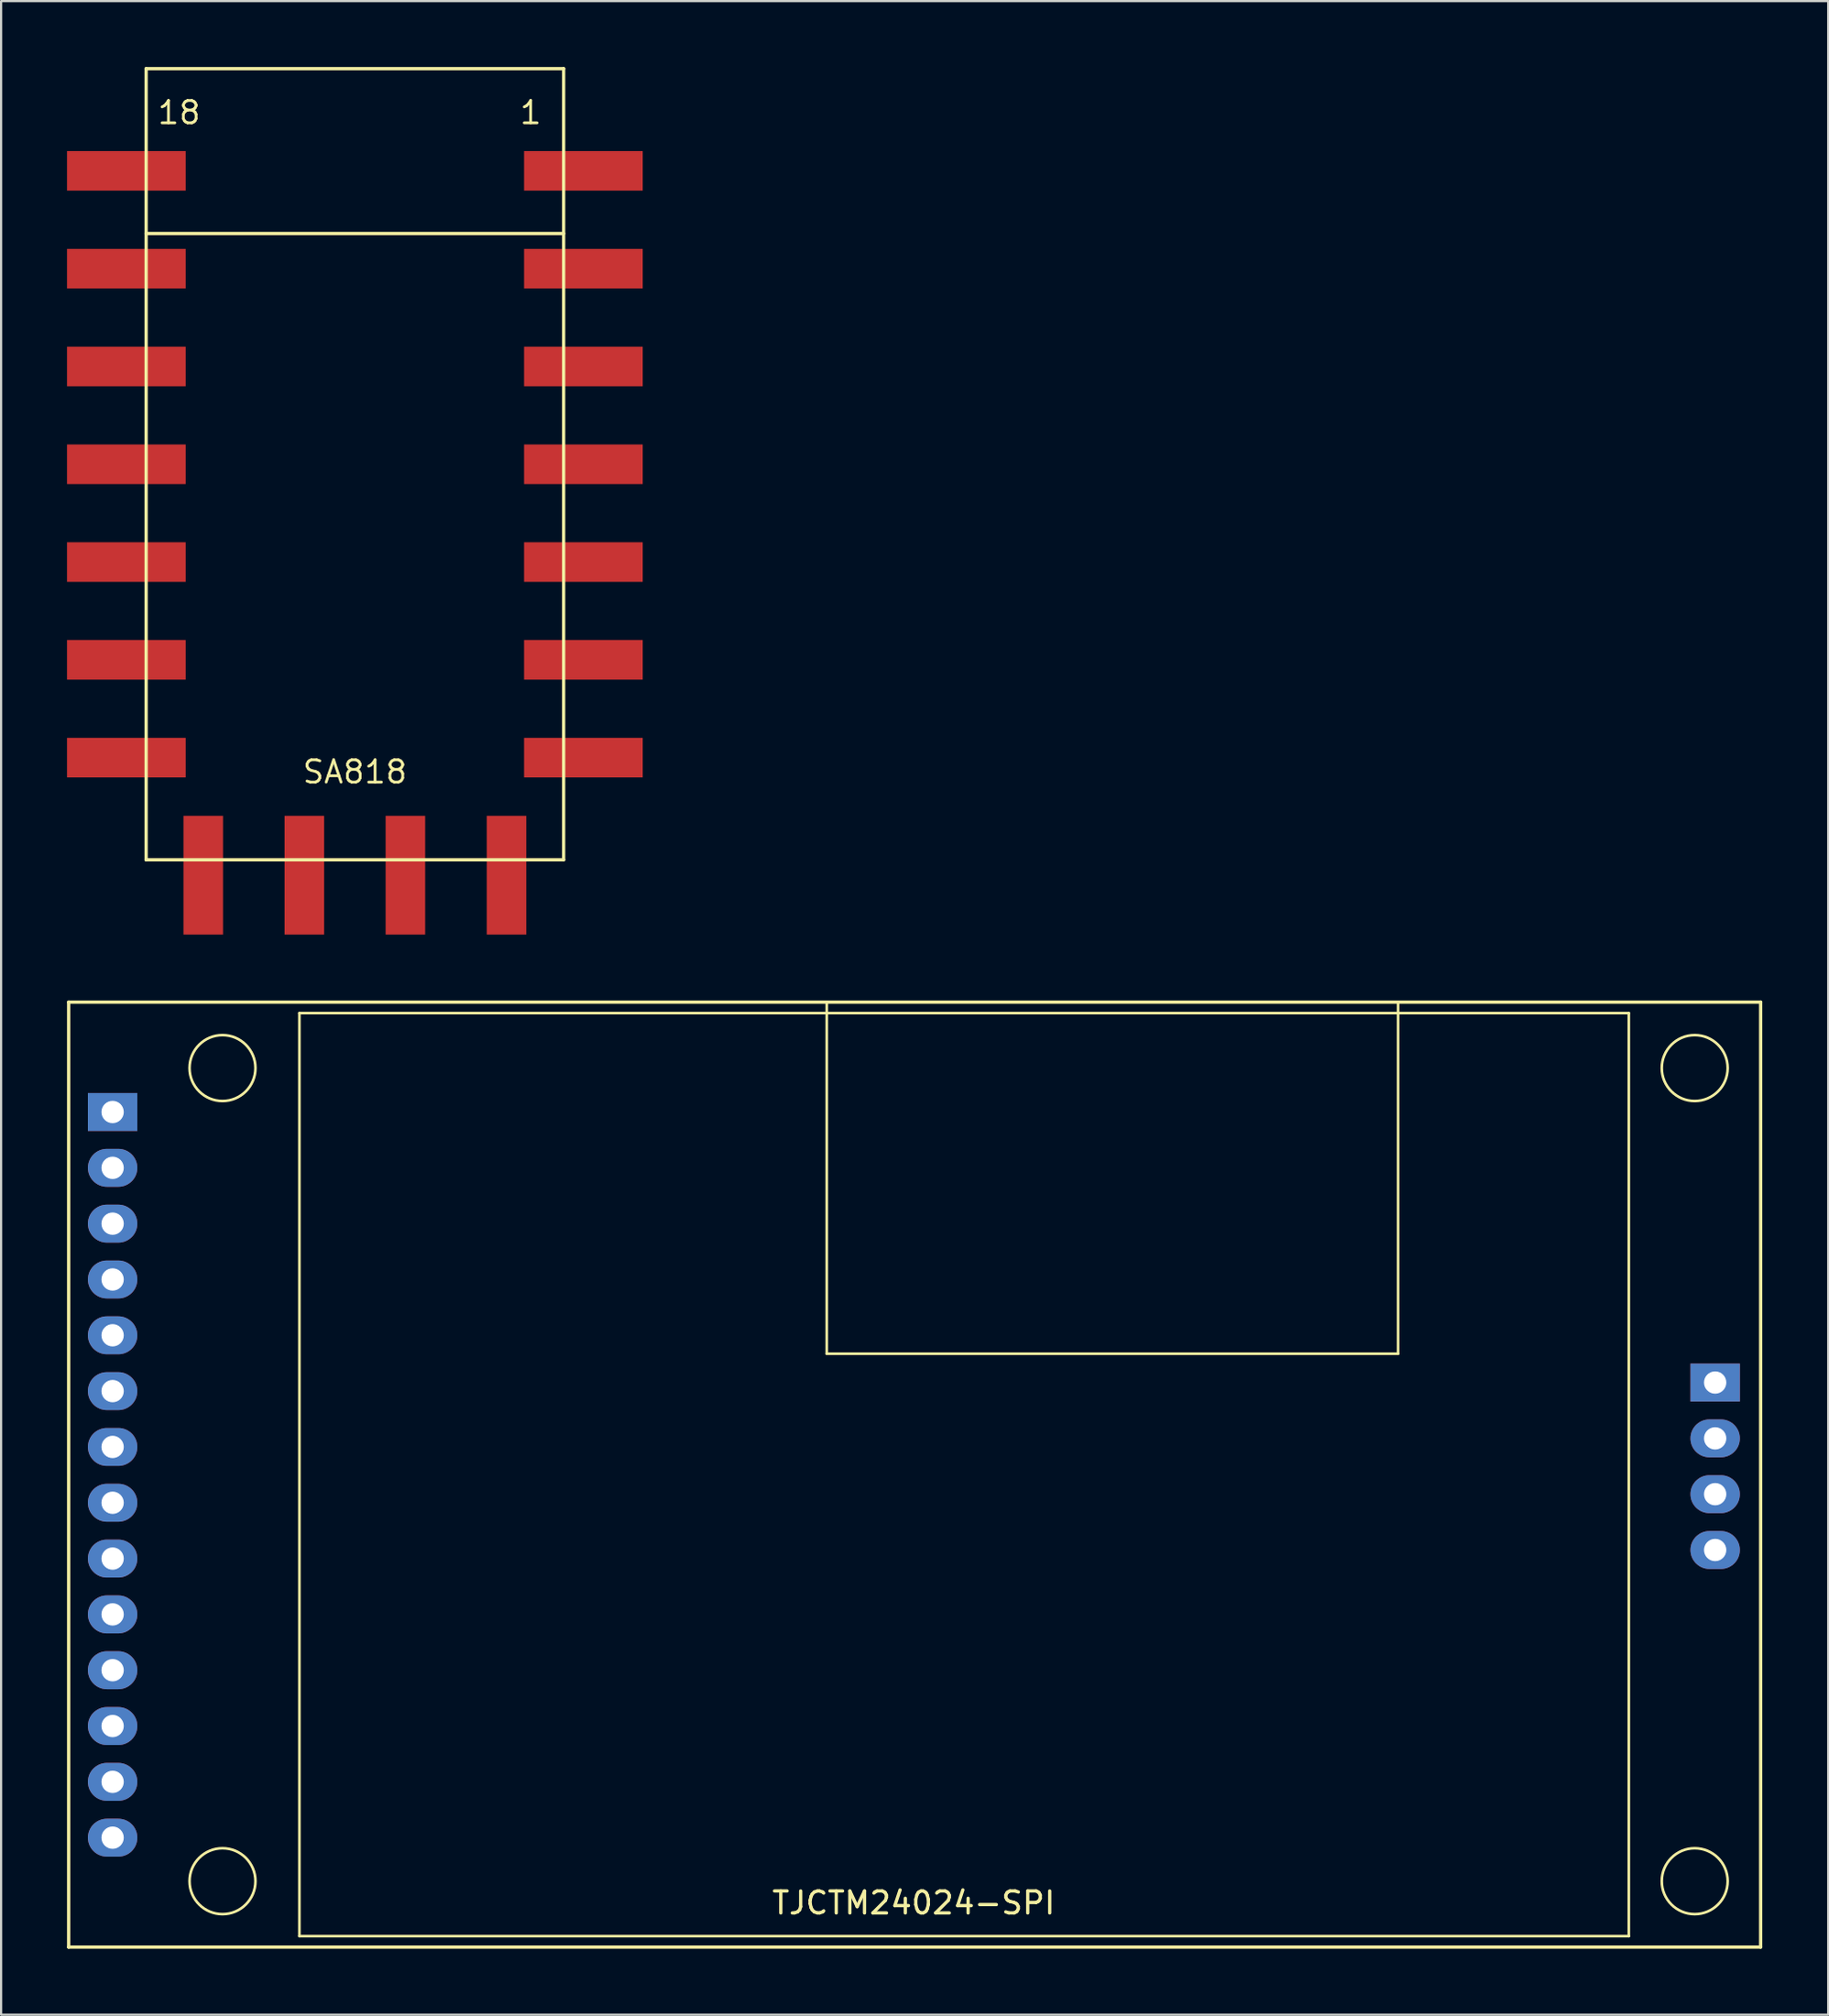
<source format=kicad_pcb>
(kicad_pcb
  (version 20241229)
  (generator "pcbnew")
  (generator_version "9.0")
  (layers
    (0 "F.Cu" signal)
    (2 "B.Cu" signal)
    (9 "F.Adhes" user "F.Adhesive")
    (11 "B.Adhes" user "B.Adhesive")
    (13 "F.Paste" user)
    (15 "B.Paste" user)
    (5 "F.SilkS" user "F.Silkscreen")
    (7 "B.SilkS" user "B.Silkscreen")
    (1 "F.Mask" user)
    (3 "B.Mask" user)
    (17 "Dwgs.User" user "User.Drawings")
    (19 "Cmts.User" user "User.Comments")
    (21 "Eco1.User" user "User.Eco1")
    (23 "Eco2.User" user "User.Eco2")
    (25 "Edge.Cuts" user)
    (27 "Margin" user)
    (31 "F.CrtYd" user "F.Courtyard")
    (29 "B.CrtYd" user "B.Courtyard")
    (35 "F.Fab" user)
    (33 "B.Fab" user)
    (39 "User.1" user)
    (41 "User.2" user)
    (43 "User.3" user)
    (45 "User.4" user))
  (footprint "SA818"
    (layer "F.Cu")
    (at 13.1 18.075)
    (property "Reference" "SA818" (at 0 14 0) (layer "F.SilkS") (effects (font (size 1.016 1.016) (thickness 0.127))))
    (attr through_hole)
    (fp_line (start -9.5 -18) (end 9.5 -18) (stroke (width 0.15) (type solid)) (layer "F.SilkS"))
    (fp_line (start -9.5 -10.5) (end 9.5 -10.5) (stroke (width 0.15) (type solid)) (layer "F.SilkS"))
    (fp_line (start -9.5 18) (end -9.5 -18) (stroke (width 0.15) (type solid)) (layer "F.SilkS"))
    (fp_line (start 9.5 -18) (end 9.5 18) (stroke (width 0.15) (type solid)) (layer "F.SilkS"))
    (fp_line (start 9.5 18) (end -9.5 18) (stroke (width 0.15) (type solid)) (layer "F.SilkS"))
    (fp_text user "18" (at -8 -16 0) (layer "F.SilkS") (effects (font (size 1.016 1.016) (thickness 0.127))))
    (fp_text user "1" (at 8 -16 0) (layer "F.SilkS") (effects (font (size 1.016 1.016) (thickness 0.127))))
    (pad "1" smd rect (at 8.6 -13.35) (size 5.4 1.8) (drill (offset 1.8 0)) (layers "F.Cu" "F.Mask" "F.Paste"))
    (pad "2" smd rect (at 8.6 -8.9) (size 5.4 1.8) (drill (offset 1.8 0)) (layers "F.Cu" "F.Mask" "F.Paste"))
    (pad "3" smd rect (at 8.6 -4.45) (size 5.4 1.8) (drill (offset 1.8 0)) (layers "F.Cu" "F.Mask" "F.Paste"))
    (pad "4" smd rect (at 8.6 0) (size 5.4 1.8) (drill (offset 1.8 0)) (layers "F.Cu" "F.Mask" "F.Paste"))
    (pad "5" smd rect (at 8.6 4.45) (size 5.4 1.8) (drill (offset 1.8 0)) (layers "F.Cu" "F.Mask" "F.Paste"))
    (pad "6" smd rect (at 8.6 8.9) (size 5.4 1.8) (drill (offset 1.8 0)) (layers "F.Cu" "F.Mask" "F.Paste"))
    (pad "7" smd rect (at 8.6 13.35) (size 5.4 1.8) (drill (offset 1.8 0)) (layers "F.Cu" "F.Mask" "F.Paste"))
    (pad "8" smd rect (at 6.9 16.9) (size 1.8 5.4) (drill (offset 0 1.8)) (layers "F.Cu" "F.Mask" "F.Paste"))
    (pad "9" smd rect (at 2.3 16.9) (size 1.8 5.4) (drill (offset 0 1.8)) (layers "F.Cu" "F.Mask" "F.Paste"))
    (pad "10" smd rect (at -2.3 16.9) (size 1.8 5.4) (drill (offset 0 1.8)) (layers "F.Cu" "F.Mask" "F.Paste"))
    (pad "11" smd rect (at -6.9 16.9) (size 1.8 5.4) (drill (offset 0 1.8)) (layers "F.Cu" "F.Mask" "F.Paste"))
    (pad "12" smd rect (at -8.6 13.35) (size 5.4 1.8) (drill (offset -1.8 0)) (layers "F.Cu" "F.Mask" "F.Paste"))
    (pad "13" smd rect (at -8.6 8.9) (size 5.4 1.8) (drill (offset -1.8 0)) (layers "F.Cu" "F.Mask" "F.Paste"))
    (pad "14" smd rect (at -8.6 4.45) (size 5.4 1.8) (drill (offset -1.8 0)) (layers "F.Cu" "F.Mask" "F.Paste"))
    (pad "15" smd rect (at -8.6 0) (size 5.4 1.8) (drill (offset -1.8 0)) (layers "F.Cu" "F.Mask" "F.Paste"))
    (pad "16" smd rect (at -8.6 -4.45) (size 5.4 1.8) (drill (offset -1.8 0)) (layers "F.Cu" "F.Mask" "F.Paste"))
    (pad "17" smd rect (at -8.6 -8.9) (size 5.4 1.8) (drill (offset -1.8 0)) (layers "F.Cu" "F.Mask" "F.Paste"))
    (pad "18" smd rect (at -8.6 -13.35) (size 5.4 1.8) (drill (offset -1.8 0)) (layers "F.Cu" "F.Mask" "F.Paste")))
  (footprint "TJCTM24024-SPI"
    (layer "F.Cu")
    (at 2.075 47.55)
    (property "Reference" "TJCTM24024-SPI" (at 36.456 35.99 0) (layer "F.SilkS") (effects (font (size 1 1) (thickness 0.15))))
    (attr through_hole)
    (fp_line (start -2 -5) (end 75 -5) (stroke (width 0.15) (type solid)) (layer "F.SilkS"))
    (fp_line (start -2 38) (end -2 -5) (stroke (width 0.15) (type solid)) (layer "F.SilkS"))
    (fp_line (start -2 38) (end 75 38) (stroke (width 0.15) (type solid)) (layer "F.SilkS"))
    (fp_line (start 8.5 -4.5) (end 8.5 37.5) (stroke (width 0.12) (type solid)) (layer "F.SilkS"))
    (fp_line (start 8.5 37.5) (end 69 37.5) (stroke (width 0.12) (type solid)) (layer "F.SilkS"))
    (fp_line (start 32.5 -5) (end 32.5 11) (stroke (width 0.12) (type solid)) (layer "F.SilkS"))
    (fp_line (start 32.5 11) (end 58.5 11) (stroke (width 0.12) (type solid)) (layer "F.SilkS"))
    (fp_line (start 58.5 11) (end 58.5 -5) (stroke (width 0.12) (type solid)) (layer "F.SilkS"))
    (fp_line (start 69 -4.5) (end 8.5 -4.5) (stroke (width 0.12) (type solid)) (layer "F.SilkS"))
    (fp_line (start 69 37.5) (end 69 -4.5) (stroke (width 0.12) (type solid)) (layer "F.SilkS"))
    (fp_line (start 75 38) (end 75 -5) (stroke (width 0.15) (type solid)) (layer "F.SilkS"))
    (fp_circle (center 5 -2) (end 6.5 -2) (stroke (width 0.12) (type solid)) (fill no) (layer "F.SilkS"))
    (fp_circle (center 5 35) (end 6.5 35) (stroke (width 0.12) (type solid)) (fill no) (layer "F.SilkS"))
    (fp_circle (center 72 -2) (end 73.5 -2) (stroke (width 0.12) (type solid)) (fill no) (layer "F.SilkS"))
    (fp_circle (center 72 35) (end 73.5 35) (stroke (width 0.12) (type solid)) (fill no) (layer "F.SilkS"))
    (pad "1" thru_hole rect (at 0 0) (size 2.25 1.727) (drill 1.016) (layers "*.Cu" "*.Mask"))
    (pad "2" thru_hole oval (at 0 2.54) (size 2.25 1.727) (drill 1.016) (layers "*.Cu" "*.Mask"))
    (pad "3" thru_hole oval (at 0 5.08) (size 2.25 1.727) (drill 1.016) (layers "*.Cu" "*.Mask"))
    (pad "4" thru_hole oval (at 0 7.62) (size 2.25 1.727) (drill 1.016) (layers "*.Cu" "*.Mask"))
    (pad "5" thru_hole oval (at 0 10.16) (size 2.25 1.727) (drill 1.016) (layers "*.Cu" "*.Mask"))
    (pad "6" thru_hole oval (at 0 12.7) (size 2.25 1.727) (drill 1.016) (layers "*.Cu" "*.Mask"))
    (pad "7" thru_hole oval (at 0 15.24) (size 2.25 1.727) (drill 1.016) (layers "*.Cu" "*.Mask"))
    (pad "8" thru_hole oval (at 0 17.78) (size 2.25 1.727) (drill 1.016) (layers "*.Cu" "*.Mask"))
    (pad "9" thru_hole oval (at 0 20.32) (size 2.25 1.727) (drill 1.016) (layers "*.Cu" "*.Mask"))
    (pad "10" thru_hole oval (at 0 22.86) (size 2.25 1.727) (drill 1.016) (layers "*.Cu" "*.Mask"))
    (pad "11" thru_hole oval (at 0 25.4) (size 2.25 1.727) (drill 1.016) (layers "*.Cu" "*.Mask"))
    (pad "12" thru_hole oval (at 0 27.94) (size 2.25 1.727) (drill 1.016) (layers "*.Cu" "*.Mask"))
    (pad "13" thru_hole oval (at 0 30.48) (size 2.25 1.727) (drill 1.016) (layers "*.Cu" "*.Mask"))
    (pad "14" thru_hole oval (at 0 33.02) (size 2.25 1.727) (drill 1.016) (layers "*.Cu" "*.Mask"))
    (pad "15" thru_hole rect (at 72.93 12.31) (size 2.25 1.727) (drill 1.016) (layers "*.Cu" "*.Mask"))
    (pad "16" thru_hole oval (at 72.93 14.85) (size 2.25 1.727) (drill 1.016) (layers "*.Cu" "*.Mask"))
    (pad "17" thru_hole oval (at 72.93 17.39) (size 2.25 1.727) (drill 1.016) (layers "*.Cu" "*.Mask"))
    (pad "18" thru_hole oval (at 72.93 19.93) (size 2.25 1.727) (drill 1.016) (layers "*.Cu" "*.Mask")))
  (gr_rect
    (start -3 -3)
    (end 80.15 88.625)
    (stroke (width 0.1) (type default))
    (fill no)
    (layer "Edge.Cuts")))
</source>
